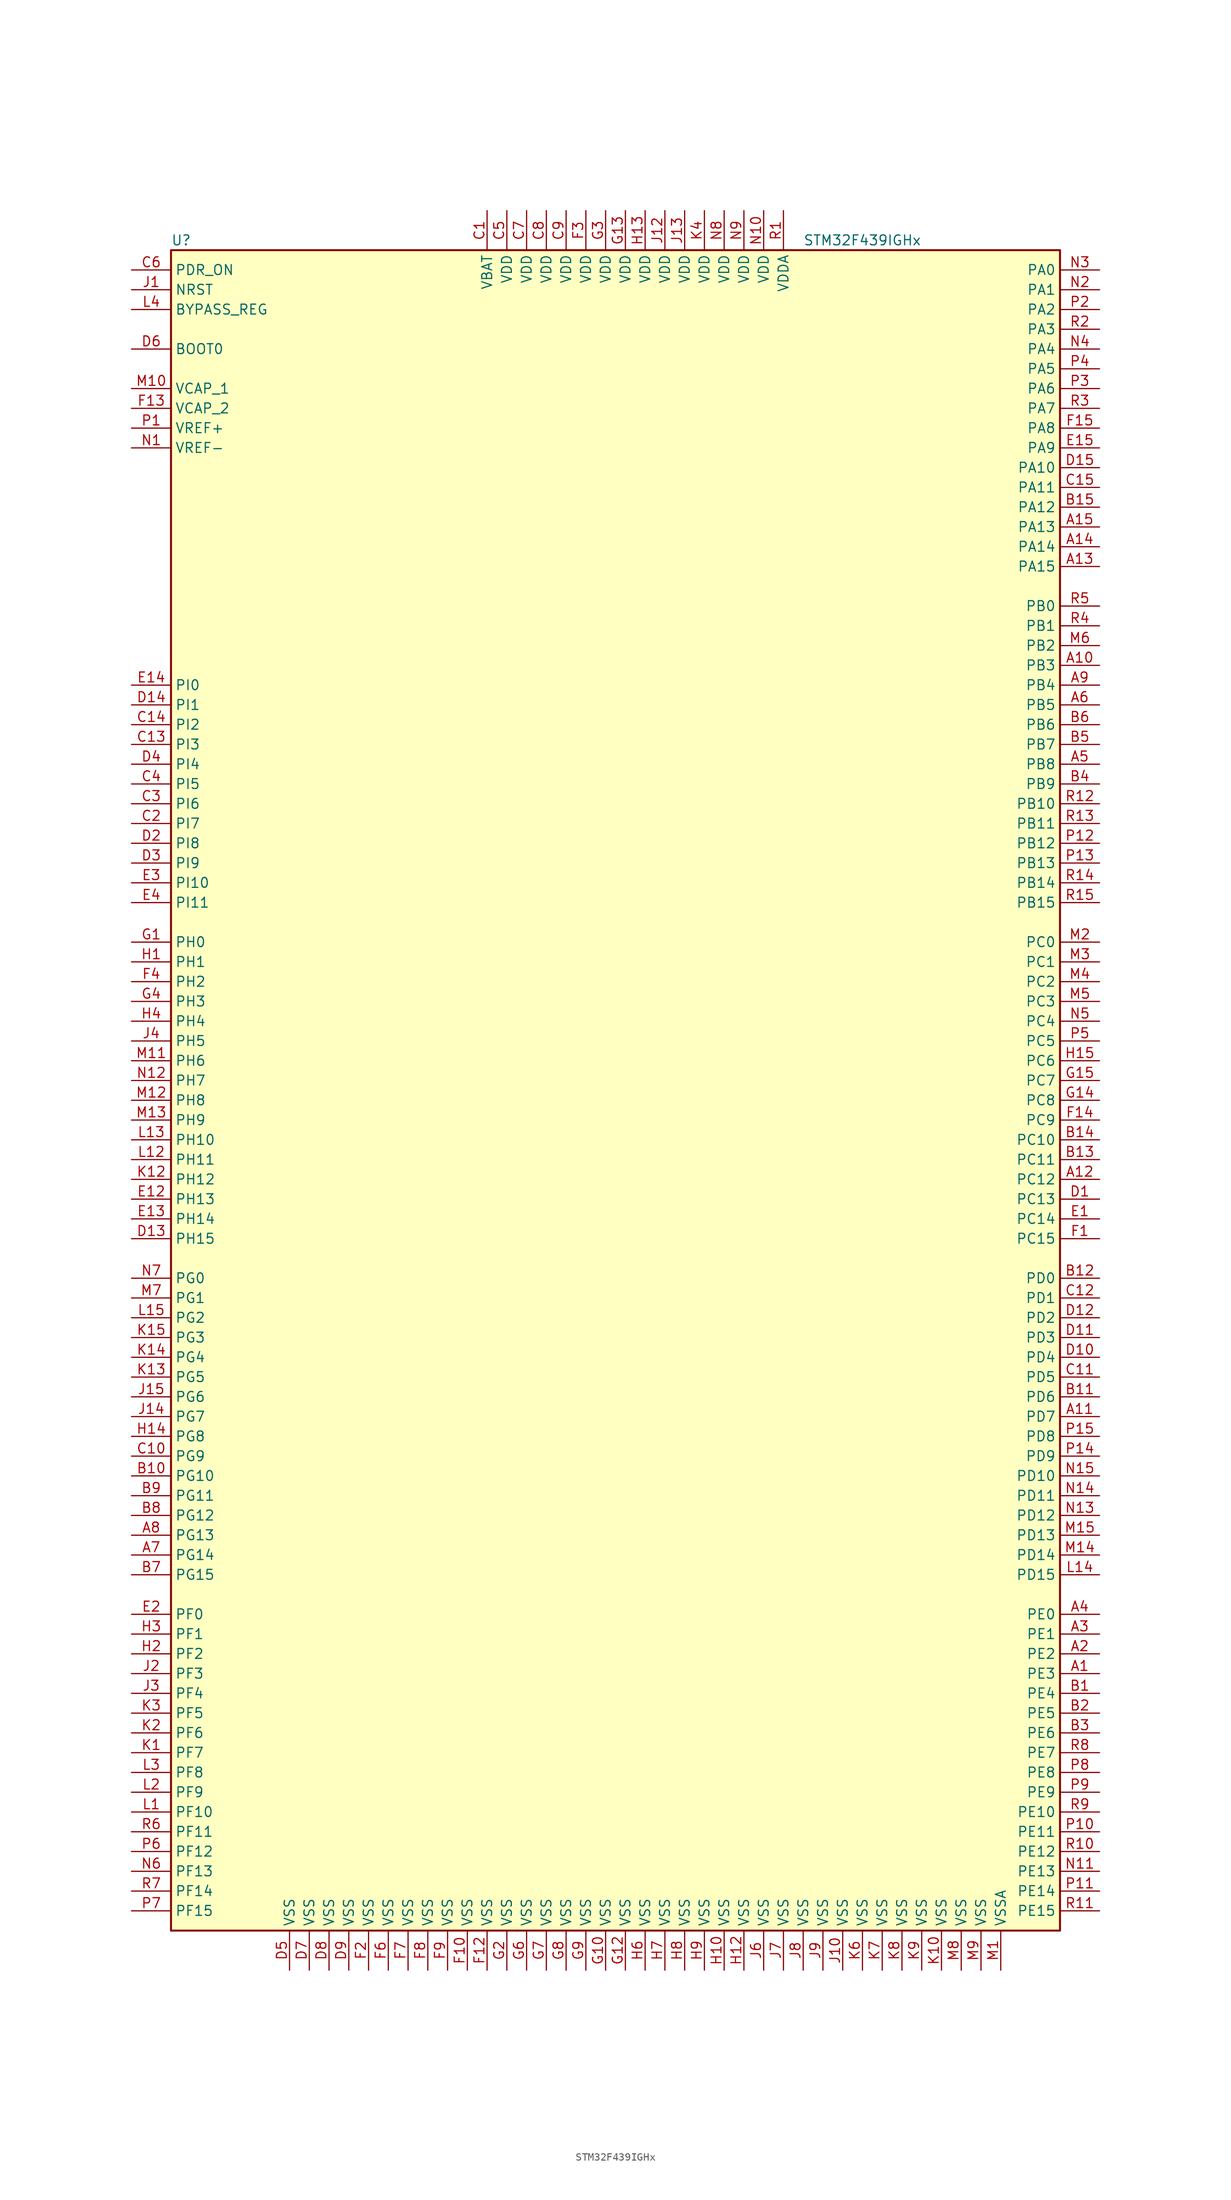
<source format=kicad_sym>
(kicad_symbol_lib
  (version 20201005)
  (generator kicad_symbol_editor)
  (symbol "STM32F439IGHx"
    (property "Reference" "U"
      (at -58.42 107.95 0)
      (effects (font (size 1.27 1.27)) (justify left)))
    (property "Value" "STM32F439IGHx"
      (at 22.86 107.95 0)
      (effects (font (size 1.27 1.27)) (justify left)))
    (symbol "STM32F439IGHx_0_1"
      (rectangle (start -58.42 -109.22) (end 55.88 106.68) (stroke (width 0.254)) (fill (type background))))
    (symbol "STM32F439IGHx_1_1"
      (pin input line (at -63.5 93.98 0) (length 5.08) (name "BOOT0" (effects (font (size 1.27 1.27)))) (number "D6" (effects (font (size 1.27 1.27)))))
      (pin input line (at -63.5 99.06 0) (length 5.08) (name "BYPASS_REG" (effects (font (size 1.27 1.27)))) (number "L4" (effects (font (size 1.27 1.27)))))
      (pin input line (at -63.5 101.6 0) (length 5.08) (name "NRST" (effects (font (size 1.27 1.27)))) (number "J1" (effects (font (size 1.27 1.27)))))
      (pin bidirectional line (at 60.96 104.14 180) (length 5.08) (name "PA0" (effects (font (size 1.27 1.27)))) (number "N3" (effects (font (size 1.27 1.27)))))
      (pin bidirectional line (at 60.96 101.6 180) (length 5.08) (name "PA1" (effects (font (size 1.27 1.27)))) (number "N2" (effects (font (size 1.27 1.27)))))
      (pin bidirectional line (at 60.96 78.74 180) (length 5.08) (name "PA10" (effects (font (size 1.27 1.27)))) (number "D15" (effects (font (size 1.27 1.27)))))
      (pin bidirectional line (at 60.96 76.2 180) (length 5.08) (name "PA11" (effects (font (size 1.27 1.27)))) (number "C15" (effects (font (size 1.27 1.27)))))
      (pin bidirectional line (at 60.96 73.66 180) (length 5.08) (name "PA12" (effects (font (size 1.27 1.27)))) (number "B15" (effects (font (size 1.27 1.27)))))
      (pin bidirectional line (at 60.96 71.12 180) (length 5.08) (name "PA13" (effects (font (size 1.27 1.27)))) (number "A15" (effects (font (size 1.27 1.27)))))
      (pin bidirectional line (at 60.96 68.58 180) (length 5.08) (name "PA14" (effects (font (size 1.27 1.27)))) (number "A14" (effects (font (size 1.27 1.27)))))
      (pin bidirectional line (at 60.96 66.04 180) (length 5.08) (name "PA15" (effects (font (size 1.27 1.27)))) (number "A13" (effects (font (size 1.27 1.27)))))
      (pin bidirectional line (at 60.96 99.06 180) (length 5.08) (name "PA2" (effects (font (size 1.27 1.27)))) (number "P2" (effects (font (size 1.27 1.27)))))
      (pin bidirectional line (at 60.96 96.52 180) (length 5.08) (name "PA3" (effects (font (size 1.27 1.27)))) (number "R2" (effects (font (size 1.27 1.27)))))
      (pin bidirectional line (at 60.96 93.98 180) (length 5.08) (name "PA4" (effects (font (size 1.27 1.27)))) (number "N4" (effects (font (size 1.27 1.27)))))
      (pin bidirectional line (at 60.96 91.44 180) (length 5.08) (name "PA5" (effects (font (size 1.27 1.27)))) (number "P4" (effects (font (size 1.27 1.27)))))
      (pin bidirectional line (at 60.96 88.9 180) (length 5.08) (name "PA6" (effects (font (size 1.27 1.27)))) (number "P3" (effects (font (size 1.27 1.27)))))
      (pin bidirectional line (at 60.96 86.36 180) (length 5.08) (name "PA7" (effects (font (size 1.27 1.27)))) (number "R3" (effects (font (size 1.27 1.27)))))
      (pin bidirectional line (at 60.96 83.82 180) (length 5.08) (name "PA8" (effects (font (size 1.27 1.27)))) (number "F15" (effects (font (size 1.27 1.27)))))
      (pin bidirectional line (at 60.96 81.28 180) (length 5.08) (name "PA9" (effects (font (size 1.27 1.27)))) (number "E15" (effects (font (size 1.27 1.27)))))
      (pin bidirectional line (at 60.96 60.96 180) (length 5.08) (name "PB0" (effects (font (size 1.27 1.27)))) (number "R5" (effects (font (size 1.27 1.27)))))
      (pin bidirectional line (at 60.96 58.42 180) (length 5.08) (name "PB1" (effects (font (size 1.27 1.27)))) (number "R4" (effects (font (size 1.27 1.27)))))
      (pin bidirectional line (at 60.96 35.56 180) (length 5.08) (name "PB10" (effects (font (size 1.27 1.27)))) (number "R12" (effects (font (size 1.27 1.27)))))
      (pin bidirectional line (at 60.96 33.02 180) (length 5.08) (name "PB11" (effects (font (size 1.27 1.27)))) (number "R13" (effects (font (size 1.27 1.27)))))
      (pin bidirectional line (at 60.96 30.48 180) (length 5.08) (name "PB12" (effects (font (size 1.27 1.27)))) (number "P12" (effects (font (size 1.27 1.27)))))
      (pin bidirectional line (at 60.96 27.94 180) (length 5.08) (name "PB13" (effects (font (size 1.27 1.27)))) (number "P13" (effects (font (size 1.27 1.27)))))
      (pin bidirectional line (at 60.96 25.4 180) (length 5.08) (name "PB14" (effects (font (size 1.27 1.27)))) (number "R14" (effects (font (size 1.27 1.27)))))
      (pin bidirectional line (at 60.96 22.86 180) (length 5.08) (name "PB15" (effects (font (size 1.27 1.27)))) (number "R15" (effects (font (size 1.27 1.27)))))
      (pin bidirectional line (at 60.96 55.88 180) (length 5.08) (name "PB2" (effects (font (size 1.27 1.27)))) (number "M6" (effects (font (size 1.27 1.27)))))
      (pin bidirectional line (at 60.96 53.34 180) (length 5.08) (name "PB3" (effects (font (size 1.27 1.27)))) (number "A10" (effects (font (size 1.27 1.27)))))
      (pin bidirectional line (at 60.96 50.8 180) (length 5.08) (name "PB4" (effects (font (size 1.27 1.27)))) (number "A9" (effects (font (size 1.27 1.27)))))
      (pin bidirectional line (at 60.96 48.26 180) (length 5.08) (name "PB5" (effects (font (size 1.27 1.27)))) (number "A6" (effects (font (size 1.27 1.27)))))
      (pin bidirectional line (at 60.96 45.72 180) (length 5.08) (name "PB6" (effects (font (size 1.27 1.27)))) (number "B6" (effects (font (size 1.27 1.27)))))
      (pin bidirectional line (at 60.96 43.18 180) (length 5.08) (name "PB7" (effects (font (size 1.27 1.27)))) (number "B5" (effects (font (size 1.27 1.27)))))
      (pin bidirectional line (at 60.96 40.64 180) (length 5.08) (name "PB8" (effects (font (size 1.27 1.27)))) (number "A5" (effects (font (size 1.27 1.27)))))
      (pin bidirectional line (at 60.96 38.1 180) (length 5.08) (name "PB9" (effects (font (size 1.27 1.27)))) (number "B4" (effects (font (size 1.27 1.27)))))
      (pin bidirectional line (at 60.96 17.78 180) (length 5.08) (name "PC0" (effects (font (size 1.27 1.27)))) (number "M2" (effects (font (size 1.27 1.27)))))
      (pin bidirectional line (at 60.96 15.24 180) (length 5.08) (name "PC1" (effects (font (size 1.27 1.27)))) (number "M3" (effects (font (size 1.27 1.27)))))
      (pin bidirectional line (at 60.96 -7.62 180) (length 5.08) (name "PC10" (effects (font (size 1.27 1.27)))) (number "B14" (effects (font (size 1.27 1.27)))))
      (pin bidirectional line (at 60.96 -10.16 180) (length 5.08) (name "PC11" (effects (font (size 1.27 1.27)))) (number "B13" (effects (font (size 1.27 1.27)))))
      (pin bidirectional line (at 60.96 -12.7 180) (length 5.08) (name "PC12" (effects (font (size 1.27 1.27)))) (number "A12" (effects (font (size 1.27 1.27)))))
      (pin bidirectional line (at 60.96 -15.24 180) (length 5.08) (name "PC13" (effects (font (size 1.27 1.27)))) (number "D1" (effects (font (size 1.27 1.27)))))
      (pin bidirectional line (at 60.96 -17.78 180) (length 5.08) (name "PC14" (effects (font (size 1.27 1.27)))) (number "E1" (effects (font (size 1.27 1.27)))))
      (pin bidirectional line (at 60.96 -20.32 180) (length 5.08) (name "PC15" (effects (font (size 1.27 1.27)))) (number "F1" (effects (font (size 1.27 1.27)))))
      (pin bidirectional line (at 60.96 12.7 180) (length 5.08) (name "PC2" (effects (font (size 1.27 1.27)))) (number "M4" (effects (font (size 1.27 1.27)))))
      (pin bidirectional line (at 60.96 10.16 180) (length 5.08) (name "PC3" (effects (font (size 1.27 1.27)))) (number "M5" (effects (font (size 1.27 1.27)))))
      (pin bidirectional line (at 60.96 7.62 180) (length 5.08) (name "PC4" (effects (font (size 1.27 1.27)))) (number "N5" (effects (font (size 1.27 1.27)))))
      (pin bidirectional line (at 60.96 5.08 180) (length 5.08) (name "PC5" (effects (font (size 1.27 1.27)))) (number "P5" (effects (font (size 1.27 1.27)))))
      (pin bidirectional line (at 60.96 2.54 180) (length 5.08) (name "PC6" (effects (font (size 1.27 1.27)))) (number "H15" (effects (font (size 1.27 1.27)))))
      (pin bidirectional line (at 60.96 0 180) (length 5.08) (name "PC7" (effects (font (size 1.27 1.27)))) (number "G15" (effects (font (size 1.27 1.27)))))
      (pin bidirectional line (at 60.96 -2.54 180) (length 5.08) (name "PC8" (effects (font (size 1.27 1.27)))) (number "G14" (effects (font (size 1.27 1.27)))))
      (pin bidirectional line (at 60.96 -5.08 180) (length 5.08) (name "PC9" (effects (font (size 1.27 1.27)))) (number "F14" (effects (font (size 1.27 1.27)))))
      (pin bidirectional line (at 60.96 -25.4 180) (length 5.08) (name "PD0" (effects (font (size 1.27 1.27)))) (number "B12" (effects (font (size 1.27 1.27)))))
      (pin bidirectional line (at 60.96 -27.94 180) (length 5.08) (name "PD1" (effects (font (size 1.27 1.27)))) (number "C12" (effects (font (size 1.27 1.27)))))
      (pin bidirectional line (at 60.96 -50.8 180) (length 5.08) (name "PD10" (effects (font (size 1.27 1.27)))) (number "N15" (effects (font (size 1.27 1.27)))))
      (pin bidirectional line (at 60.96 -53.34 180) (length 5.08) (name "PD11" (effects (font (size 1.27 1.27)))) (number "N14" (effects (font (size 1.27 1.27)))))
      (pin bidirectional line (at 60.96 -55.88 180) (length 5.08) (name "PD12" (effects (font (size 1.27 1.27)))) (number "N13" (effects (font (size 1.27 1.27)))))
      (pin bidirectional line (at 60.96 -58.42 180) (length 5.08) (name "PD13" (effects (font (size 1.27 1.27)))) (number "M15" (effects (font (size 1.27 1.27)))))
      (pin bidirectional line (at 60.96 -60.96 180) (length 5.08) (name "PD14" (effects (font (size 1.27 1.27)))) (number "M14" (effects (font (size 1.27 1.27)))))
      (pin bidirectional line (at 60.96 -63.5 180) (length 5.08) (name "PD15" (effects (font (size 1.27 1.27)))) (number "L14" (effects (font (size 1.27 1.27)))))
      (pin bidirectional line (at 60.96 -30.48 180) (length 5.08) (name "PD2" (effects (font (size 1.27 1.27)))) (number "D12" (effects (font (size 1.27 1.27)))))
      (pin bidirectional line (at 60.96 -33.02 180) (length 5.08) (name "PD3" (effects (font (size 1.27 1.27)))) (number "D11" (effects (font (size 1.27 1.27)))))
      (pin bidirectional line (at 60.96 -35.56 180) (length 5.08) (name "PD4" (effects (font (size 1.27 1.27)))) (number "D10" (effects (font (size 1.27 1.27)))))
      (pin bidirectional line (at 60.96 -38.1 180) (length 5.08) (name "PD5" (effects (font (size 1.27 1.27)))) (number "C11" (effects (font (size 1.27 1.27)))))
      (pin bidirectional line (at 60.96 -40.64 180) (length 5.08) (name "PD6" (effects (font (size 1.27 1.27)))) (number "B11" (effects (font (size 1.27 1.27)))))
      (pin bidirectional line (at 60.96 -43.18 180) (length 5.08) (name "PD7" (effects (font (size 1.27 1.27)))) (number "A11" (effects (font (size 1.27 1.27)))))
      (pin bidirectional line (at 60.96 -45.72 180) (length 5.08) (name "PD8" (effects (font (size 1.27 1.27)))) (number "P15" (effects (font (size 1.27 1.27)))))
      (pin bidirectional line (at 60.96 -48.26 180) (length 5.08) (name "PD9" (effects (font (size 1.27 1.27)))) (number "P14" (effects (font (size 1.27 1.27)))))
      (pin input line (at -63.5 104.14 0) (length 5.08) (name "PDR_ON" (effects (font (size 1.27 1.27)))) (number "C6" (effects (font (size 1.27 1.27)))))
      (pin bidirectional line (at 60.96 -68.58 180) (length 5.08) (name "PE0" (effects (font (size 1.27 1.27)))) (number "A4" (effects (font (size 1.27 1.27)))))
      (pin bidirectional line (at 60.96 -71.12 180) (length 5.08) (name "PE1" (effects (font (size 1.27 1.27)))) (number "A3" (effects (font (size 1.27 1.27)))))
      (pin bidirectional line (at 60.96 -93.98 180) (length 5.08) (name "PE10" (effects (font (size 1.27 1.27)))) (number "R9" (effects (font (size 1.27 1.27)))))
      (pin bidirectional line (at 60.96 -96.52 180) (length 5.08) (name "PE11" (effects (font (size 1.27 1.27)))) (number "P10" (effects (font (size 1.27 1.27)))))
      (pin bidirectional line (at 60.96 -99.06 180) (length 5.08) (name "PE12" (effects (font (size 1.27 1.27)))) (number "R10" (effects (font (size 1.27 1.27)))))
      (pin bidirectional line (at 60.96 -101.6 180) (length 5.08) (name "PE13" (effects (font (size 1.27 1.27)))) (number "N11" (effects (font (size 1.27 1.27)))))
      (pin bidirectional line (at 60.96 -104.14 180) (length 5.08) (name "PE14" (effects (font (size 1.27 1.27)))) (number "P11" (effects (font (size 1.27 1.27)))))
      (pin bidirectional line (at 60.96 -106.68 180) (length 5.08) (name "PE15" (effects (font (size 1.27 1.27)))) (number "R11" (effects (font (size 1.27 1.27)))))
      (pin bidirectional line (at 60.96 -73.66 180) (length 5.08) (name "PE2" (effects (font (size 1.27 1.27)))) (number "A2" (effects (font (size 1.27 1.27)))))
      (pin bidirectional line (at 60.96 -76.2 180) (length 5.08) (name "PE3" (effects (font (size 1.27 1.27)))) (number "A1" (effects (font (size 1.27 1.27)))))
      (pin bidirectional line (at 60.96 -78.74 180) (length 5.08) (name "PE4" (effects (font (size 1.27 1.27)))) (number "B1" (effects (font (size 1.27 1.27)))))
      (pin bidirectional line (at 60.96 -81.28 180) (length 5.08) (name "PE5" (effects (font (size 1.27 1.27)))) (number "B2" (effects (font (size 1.27 1.27)))))
      (pin bidirectional line (at 60.96 -83.82 180) (length 5.08) (name "PE6" (effects (font (size 1.27 1.27)))) (number "B3" (effects (font (size 1.27 1.27)))))
      (pin bidirectional line (at 60.96 -86.36 180) (length 5.08) (name "PE7" (effects (font (size 1.27 1.27)))) (number "R8" (effects (font (size 1.27 1.27)))))
      (pin bidirectional line (at 60.96 -88.9 180) (length 5.08) (name "PE8" (effects (font (size 1.27 1.27)))) (number "P8" (effects (font (size 1.27 1.27)))))
      (pin bidirectional line (at 60.96 -91.44 180) (length 5.08) (name "PE9" (effects (font (size 1.27 1.27)))) (number "P9" (effects (font (size 1.27 1.27)))))
      (pin bidirectional line (at -63.5 -68.58 0) (length 5.08) (name "PF0" (effects (font (size 1.27 1.27)))) (number "E2" (effects (font (size 1.27 1.27)))))
      (pin bidirectional line (at -63.5 -71.12 0) (length 5.08) (name "PF1" (effects (font (size 1.27 1.27)))) (number "H3" (effects (font (size 1.27 1.27)))))
      (pin bidirectional line (at -63.5 -93.98 0) (length 5.08) (name "PF10" (effects (font (size 1.27 1.27)))) (number "L1" (effects (font (size 1.27 1.27)))))
      (pin bidirectional line (at -63.5 -96.52 0) (length 5.08) (name "PF11" (effects (font (size 1.27 1.27)))) (number "R6" (effects (font (size 1.27 1.27)))))
      (pin bidirectional line (at -63.5 -99.06 0) (length 5.08) (name "PF12" (effects (font (size 1.27 1.27)))) (number "P6" (effects (font (size 1.27 1.27)))))
      (pin bidirectional line (at -63.5 -101.6 0) (length 5.08) (name "PF13" (effects (font (size 1.27 1.27)))) (number "N6" (effects (font (size 1.27 1.27)))))
      (pin bidirectional line (at -63.5 -104.14 0) (length 5.08) (name "PF14" (effects (font (size 1.27 1.27)))) (number "R7" (effects (font (size 1.27 1.27)))))
      (pin bidirectional line (at -63.5 -106.68 0) (length 5.08) (name "PF15" (effects (font (size 1.27 1.27)))) (number "P7" (effects (font (size 1.27 1.27)))))
      (pin bidirectional line (at -63.5 -73.66 0) (length 5.08) (name "PF2" (effects (font (size 1.27 1.27)))) (number "H2" (effects (font (size 1.27 1.27)))))
      (pin bidirectional line (at -63.5 -76.2 0) (length 5.08) (name "PF3" (effects (font (size 1.27 1.27)))) (number "J2" (effects (font (size 1.27 1.27)))))
      (pin bidirectional line (at -63.5 -78.74 0) (length 5.08) (name "PF4" (effects (font (size 1.27 1.27)))) (number "J3" (effects (font (size 1.27 1.27)))))
      (pin bidirectional line (at -63.5 -81.28 0) (length 5.08) (name "PF5" (effects (font (size 1.27 1.27)))) (number "K3" (effects (font (size 1.27 1.27)))))
      (pin bidirectional line (at -63.5 -83.82 0) (length 5.08) (name "PF6" (effects (font (size 1.27 1.27)))) (number "K2" (effects (font (size 1.27 1.27)))))
      (pin bidirectional line (at -63.5 -86.36 0) (length 5.08) (name "PF7" (effects (font (size 1.27 1.27)))) (number "K1" (effects (font (size 1.27 1.27)))))
      (pin bidirectional line (at -63.5 -88.9 0) (length 5.08) (name "PF8" (effects (font (size 1.27 1.27)))) (number "L3" (effects (font (size 1.27 1.27)))))
      (pin bidirectional line (at -63.5 -91.44 0) (length 5.08) (name "PF9" (effects (font (size 1.27 1.27)))) (number "L2" (effects (font (size 1.27 1.27)))))
      (pin bidirectional line (at -63.5 -25.4 0) (length 5.08) (name "PG0" (effects (font (size 1.27 1.27)))) (number "N7" (effects (font (size 1.27 1.27)))))
      (pin bidirectional line (at -63.5 -27.94 0) (length 5.08) (name "PG1" (effects (font (size 1.27 1.27)))) (number "M7" (effects (font (size 1.27 1.27)))))
      (pin bidirectional line (at -63.5 -50.8 0) (length 5.08) (name "PG10" (effects (font (size 1.27 1.27)))) (number "B10" (effects (font (size 1.27 1.27)))))
      (pin bidirectional line (at -63.5 -53.34 0) (length 5.08) (name "PG11" (effects (font (size 1.27 1.27)))) (number "B9" (effects (font (size 1.27 1.27)))))
      (pin bidirectional line (at -63.5 -55.88 0) (length 5.08) (name "PG12" (effects (font (size 1.27 1.27)))) (number "B8" (effects (font (size 1.27 1.27)))))
      (pin bidirectional line (at -63.5 -58.42 0) (length 5.08) (name "PG13" (effects (font (size 1.27 1.27)))) (number "A8" (effects (font (size 1.27 1.27)))))
      (pin bidirectional line (at -63.5 -60.96 0) (length 5.08) (name "PG14" (effects (font (size 1.27 1.27)))) (number "A7" (effects (font (size 1.27 1.27)))))
      (pin bidirectional line (at -63.5 -63.5 0) (length 5.08) (name "PG15" (effects (font (size 1.27 1.27)))) (number "B7" (effects (font (size 1.27 1.27)))))
      (pin bidirectional line (at -63.5 -30.48 0) (length 5.08) (name "PG2" (effects (font (size 1.27 1.27)))) (number "L15" (effects (font (size 1.27 1.27)))))
      (pin bidirectional line (at -63.5 -33.02 0) (length 5.08) (name "PG3" (effects (font (size 1.27 1.27)))) (number "K15" (effects (font (size 1.27 1.27)))))
      (pin bidirectional line (at -63.5 -35.56 0) (length 5.08) (name "PG4" (effects (font (size 1.27 1.27)))) (number "K14" (effects (font (size 1.27 1.27)))))
      (pin bidirectional line (at -63.5 -38.1 0) (length 5.08) (name "PG5" (effects (font (size 1.27 1.27)))) (number "K13" (effects (font (size 1.27 1.27)))))
      (pin bidirectional line (at -63.5 -40.64 0) (length 5.08) (name "PG6" (effects (font (size 1.27 1.27)))) (number "J15" (effects (font (size 1.27 1.27)))))
      (pin bidirectional line (at -63.5 -43.18 0) (length 5.08) (name "PG7" (effects (font (size 1.27 1.27)))) (number "J14" (effects (font (size 1.27 1.27)))))
      (pin bidirectional line (at -63.5 -45.72 0) (length 5.08) (name "PG8" (effects (font (size 1.27 1.27)))) (number "H14" (effects (font (size 1.27 1.27)))))
      (pin bidirectional line (at -63.5 -48.26 0) (length 5.08) (name "PG9" (effects (font (size 1.27 1.27)))) (number "C10" (effects (font (size 1.27 1.27)))))
      (pin input line (at -63.5 17.78 0) (length 5.08) (name "PH0" (effects (font (size 1.27 1.27)))) (number "G1" (effects (font (size 1.27 1.27)))))
      (pin input line (at -63.5 15.24 0) (length 5.08) (name "PH1" (effects (font (size 1.27 1.27)))) (number "H1" (effects (font (size 1.27 1.27)))))
      (pin bidirectional line (at -63.5 -7.62 0) (length 5.08) (name "PH10" (effects (font (size 1.27 1.27)))) (number "L13" (effects (font (size 1.27 1.27)))))
      (pin bidirectional line (at -63.5 -10.16 0) (length 5.08) (name "PH11" (effects (font (size 1.27 1.27)))) (number "L12" (effects (font (size 1.27 1.27)))))
      (pin bidirectional line (at -63.5 -12.7 0) (length 5.08) (name "PH12" (effects (font (size 1.27 1.27)))) (number "K12" (effects (font (size 1.27 1.27)))))
      (pin bidirectional line (at -63.5 -15.24 0) (length 5.08) (name "PH13" (effects (font (size 1.27 1.27)))) (number "E12" (effects (font (size 1.27 1.27)))))
      (pin bidirectional line (at -63.5 -17.78 0) (length 5.08) (name "PH14" (effects (font (size 1.27 1.27)))) (number "E13" (effects (font (size 1.27 1.27)))))
      (pin bidirectional line (at -63.5 -20.32 0) (length 5.08) (name "PH15" (effects (font (size 1.27 1.27)))) (number "D13" (effects (font (size 1.27 1.27)))))
      (pin bidirectional line (at -63.5 12.7 0) (length 5.08) (name "PH2" (effects (font (size 1.27 1.27)))) (number "F4" (effects (font (size 1.27 1.27)))))
      (pin bidirectional line (at -63.5 10.16 0) (length 5.08) (name "PH3" (effects (font (size 1.27 1.27)))) (number "G4" (effects (font (size 1.27 1.27)))))
      (pin bidirectional line (at -63.5 7.62 0) (length 5.08) (name "PH4" (effects (font (size 1.27 1.27)))) (number "H4" (effects (font (size 1.27 1.27)))))
      (pin bidirectional line (at -63.5 5.08 0) (length 5.08) (name "PH5" (effects (font (size 1.27 1.27)))) (number "J4" (effects (font (size 1.27 1.27)))))
      (pin bidirectional line (at -63.5 2.54 0) (length 5.08) (name "PH6" (effects (font (size 1.27 1.27)))) (number "M11" (effects (font (size 1.27 1.27)))))
      (pin bidirectional line (at -63.5 0 0) (length 5.08) (name "PH7" (effects (font (size 1.27 1.27)))) (number "N12" (effects (font (size 1.27 1.27)))))
      (pin bidirectional line (at -63.5 -2.54 0) (length 5.08) (name "PH8" (effects (font (size 1.27 1.27)))) (number "M12" (effects (font (size 1.27 1.27)))))
      (pin bidirectional line (at -63.5 -5.08 0) (length 5.08) (name "PH9" (effects (font (size 1.27 1.27)))) (number "M13" (effects (font (size 1.27 1.27)))))
      (pin bidirectional line (at -63.5 50.8 0) (length 5.08) (name "PI0" (effects (font (size 1.27 1.27)))) (number "E14" (effects (font (size 1.27 1.27)))))
      (pin bidirectional line (at -63.5 48.26 0) (length 5.08) (name "PI1" (effects (font (size 1.27 1.27)))) (number "D14" (effects (font (size 1.27 1.27)))))
      (pin bidirectional line (at -63.5 25.4 0) (length 5.08) (name "PI10" (effects (font (size 1.27 1.27)))) (number "E3" (effects (font (size 1.27 1.27)))))
      (pin bidirectional line (at -63.5 22.86 0) (length 5.08) (name "PI11" (effects (font (size 1.27 1.27)))) (number "E4" (effects (font (size 1.27 1.27)))))
      (pin bidirectional line (at -63.5 45.72 0) (length 5.08) (name "PI2" (effects (font (size 1.27 1.27)))) (number "C14" (effects (font (size 1.27 1.27)))))
      (pin bidirectional line (at -63.5 43.18 0) (length 5.08) (name "PI3" (effects (font (size 1.27 1.27)))) (number "C13" (effects (font (size 1.27 1.27)))))
      (pin bidirectional line (at -63.5 40.64 0) (length 5.08) (name "PI4" (effects (font (size 1.27 1.27)))) (number "D4" (effects (font (size 1.27 1.27)))))
      (pin bidirectional line (at -63.5 38.1 0) (length 5.08) (name "PI5" (effects (font (size 1.27 1.27)))) (number "C4" (effects (font (size 1.27 1.27)))))
      (pin bidirectional line (at -63.5 35.56 0) (length 5.08) (name "PI6" (effects (font (size 1.27 1.27)))) (number "C3" (effects (font (size 1.27 1.27)))))
      (pin bidirectional line (at -63.5 33.02 0) (length 5.08) (name "PI7" (effects (font (size 1.27 1.27)))) (number "C2" (effects (font (size 1.27 1.27)))))
      (pin bidirectional line (at -63.5 30.48 0) (length 5.08) (name "PI8" (effects (font (size 1.27 1.27)))) (number "D2" (effects (font (size 1.27 1.27)))))
      (pin bidirectional line (at -63.5 27.94 0) (length 5.08) (name "PI9" (effects (font (size 1.27 1.27)))) (number "D3" (effects (font (size 1.27 1.27)))))
      (pin power_in line (at -17.78 111.76 270) (length 5.08) (name "VBAT" (effects (font (size 1.27 1.27)))) (number "C1" (effects (font (size 1.27 1.27)))))
      (pin power_in line (at -63.5 88.9 0) (length 5.08) (name "VCAP_1" (effects (font (size 1.27 1.27)))) (number "M10" (effects (font (size 1.27 1.27)))))
      (pin power_in line (at -63.5 86.36 0) (length 5.08) (name "VCAP_2" (effects (font (size 1.27 1.27)))) (number "F13" (effects (font (size 1.27 1.27)))))
      (pin power_in line (at -15.24 111.76 270) (length 5.08) (name "VDD" (effects (font (size 1.27 1.27)))) (number "C5" (effects (font (size 1.27 1.27)))))
      (pin power_in line (at -12.7 111.76 270) (length 5.08) (name "VDD" (effects (font (size 1.27 1.27)))) (number "C7" (effects (font (size 1.27 1.27)))))
      (pin power_in line (at -10.16 111.76 270) (length 5.08) (name "VDD" (effects (font (size 1.27 1.27)))) (number "C8" (effects (font (size 1.27 1.27)))))
      (pin power_in line (at -7.62 111.76 270) (length 5.08) (name "VDD" (effects (font (size 1.27 1.27)))) (number "C9" (effects (font (size 1.27 1.27)))))
      (pin power_in line (at -5.08 111.76 270) (length 5.08) (name "VDD" (effects (font (size 1.27 1.27)))) (number "F3" (effects (font (size 1.27 1.27)))))
      (pin power_in line (at 0 111.76 270) (length 5.08) (name "VDD" (effects (font (size 1.27 1.27)))) (number "G13" (effects (font (size 1.27 1.27)))))
      (pin power_in line (at -2.54 111.76 270) (length 5.08) (name "VDD" (effects (font (size 1.27 1.27)))) (number "G3" (effects (font (size 1.27 1.27)))))
      (pin power_in line (at 2.54 111.76 270) (length 5.08) (name "VDD" (effects (font (size 1.27 1.27)))) (number "H13" (effects (font (size 1.27 1.27)))))
      (pin power_in line (at 5.08 111.76 270) (length 5.08) (name "VDD" (effects (font (size 1.27 1.27)))) (number "J12" (effects (font (size 1.27 1.27)))))
      (pin power_in line (at 7.62 111.76 270) (length 5.08) (name "VDD" (effects (font (size 1.27 1.27)))) (number "J13" (effects (font (size 1.27 1.27)))))
      (pin power_in line (at 10.16 111.76 270) (length 5.08) (name "VDD" (effects (font (size 1.27 1.27)))) (number "K4" (effects (font (size 1.27 1.27)))))
      (pin power_in line (at 17.78 111.76 270) (length 5.08) (name "VDD" (effects (font (size 1.27 1.27)))) (number "N10" (effects (font (size 1.27 1.27)))))
      (pin power_in line (at 12.7 111.76 270) (length 5.08) (name "VDD" (effects (font (size 1.27 1.27)))) (number "N8" (effects (font (size 1.27 1.27)))))
      (pin power_in line (at 15.24 111.76 270) (length 5.08) (name "VDD" (effects (font (size 1.27 1.27)))) (number "N9" (effects (font (size 1.27 1.27)))))
      (pin power_in line (at 20.32 111.76 270) (length 5.08) (name "VDDA" (effects (font (size 1.27 1.27)))) (number "R1" (effects (font (size 1.27 1.27)))))
      (pin power_in line (at -63.5 83.82 0) (length 5.08) (name "VREF+" (effects (font (size 1.27 1.27)))) (number "P1" (effects (font (size 1.27 1.27)))))
      (pin power_in line (at -63.5 81.28 0) (length 5.08) (name "VREF-" (effects (font (size 1.27 1.27)))) (number "N1" (effects (font (size 1.27 1.27)))))
      (pin power_in line (at -43.18 -114.3 90) (length 5.08) (name "VSS" (effects (font (size 1.27 1.27)))) (number "D5" (effects (font (size 1.27 1.27)))))
      (pin power_in line (at -40.64 -114.3 90) (length 5.08) (name "VSS" (effects (font (size 1.27 1.27)))) (number "D7" (effects (font (size 1.27 1.27)))))
      (pin power_in line (at -38.1 -114.3 90) (length 5.08) (name "VSS" (effects (font (size 1.27 1.27)))) (number "D8" (effects (font (size 1.27 1.27)))))
      (pin power_in line (at -35.56 -114.3 90) (length 5.08) (name "VSS" (effects (font (size 1.27 1.27)))) (number "D9" (effects (font (size 1.27 1.27)))))
      (pin power_in line (at -20.32 -114.3 90) (length 5.08) (name "VSS" (effects (font (size 1.27 1.27)))) (number "F10" (effects (font (size 1.27 1.27)))))
      (pin power_in line (at -17.78 -114.3 90) (length 5.08) (name "VSS" (effects (font (size 1.27 1.27)))) (number "F12" (effects (font (size 1.27 1.27)))))
      (pin power_in line (at -33.02 -114.3 90) (length 5.08) (name "VSS" (effects (font (size 1.27 1.27)))) (number "F2" (effects (font (size 1.27 1.27)))))
      (pin power_in line (at -30.48 -114.3 90) (length 5.08) (name "VSS" (effects (font (size 1.27 1.27)))) (number "F6" (effects (font (size 1.27 1.27)))))
      (pin power_in line (at -27.94 -114.3 90) (length 5.08) (name "VSS" (effects (font (size 1.27 1.27)))) (number "F7" (effects (font (size 1.27 1.27)))))
      (pin power_in line (at -25.4 -114.3 90) (length 5.08) (name "VSS" (effects (font (size 1.27 1.27)))) (number "F8" (effects (font (size 1.27 1.27)))))
      (pin power_in line (at -22.86 -114.3 90) (length 5.08) (name "VSS" (effects (font (size 1.27 1.27)))) (number "F9" (effects (font (size 1.27 1.27)))))
      (pin power_in line (at -2.54 -114.3 90) (length 5.08) (name "VSS" (effects (font (size 1.27 1.27)))) (number "G10" (effects (font (size 1.27 1.27)))))
      (pin power_in line (at 0 -114.3 90) (length 5.08) (name "VSS" (effects (font (size 1.27 1.27)))) (number "G12" (effects (font (size 1.27 1.27)))))
      (pin power_in line (at -15.24 -114.3 90) (length 5.08) (name "VSS" (effects (font (size 1.27 1.27)))) (number "G2" (effects (font (size 1.27 1.27)))))
      (pin power_in line (at -12.7 -114.3 90) (length 5.08) (name "VSS" (effects (font (size 1.27 1.27)))) (number "G6" (effects (font (size 1.27 1.27)))))
      (pin power_in line (at -10.16 -114.3 90) (length 5.08) (name "VSS" (effects (font (size 1.27 1.27)))) (number "G7" (effects (font (size 1.27 1.27)))))
      (pin power_in line (at -7.62 -114.3 90) (length 5.08) (name "VSS" (effects (font (size 1.27 1.27)))) (number "G8" (effects (font (size 1.27 1.27)))))
      (pin power_in line (at -5.08 -114.3 90) (length 5.08) (name "VSS" (effects (font (size 1.27 1.27)))) (number "G9" (effects (font (size 1.27 1.27)))))
      (pin power_in line (at 12.7 -114.3 90) (length 5.08) (name "VSS" (effects (font (size 1.27 1.27)))) (number "H10" (effects (font (size 1.27 1.27)))))
      (pin power_in line (at 15.24 -114.3 90) (length 5.08) (name "VSS" (effects (font (size 1.27 1.27)))) (number "H12" (effects (font (size 1.27 1.27)))))
      (pin power_in line (at 2.54 -114.3 90) (length 5.08) (name "VSS" (effects (font (size 1.27 1.27)))) (number "H6" (effects (font (size 1.27 1.27)))))
      (pin power_in line (at 5.08 -114.3 90) (length 5.08) (name "VSS" (effects (font (size 1.27 1.27)))) (number "H7" (effects (font (size 1.27 1.27)))))
      (pin power_in line (at 7.62 -114.3 90) (length 5.08) (name "VSS" (effects (font (size 1.27 1.27)))) (number "H8" (effects (font (size 1.27 1.27)))))
      (pin power_in line (at 10.16 -114.3 90) (length 5.08) (name "VSS" (effects (font (size 1.27 1.27)))) (number "H9" (effects (font (size 1.27 1.27)))))
      (pin power_in line (at 27.94 -114.3 90) (length 5.08) (name "VSS" (effects (font (size 1.27 1.27)))) (number "J10" (effects (font (size 1.27 1.27)))))
      (pin power_in line (at 17.78 -114.3 90) (length 5.08) (name "VSS" (effects (font (size 1.27 1.27)))) (number "J6" (effects (font (size 1.27 1.27)))))
      (pin power_in line (at 20.32 -114.3 90) (length 5.08) (name "VSS" (effects (font (size 1.27 1.27)))) (number "J7" (effects (font (size 1.27 1.27)))))
      (pin power_in line (at 22.86 -114.3 90) (length 5.08) (name "VSS" (effects (font (size 1.27 1.27)))) (number "J8" (effects (font (size 1.27 1.27)))))
      (pin power_in line (at 25.4 -114.3 90) (length 5.08) (name "VSS" (effects (font (size 1.27 1.27)))) (number "J9" (effects (font (size 1.27 1.27)))))
      (pin power_in line (at 40.64 -114.3 90) (length 5.08) (name "VSS" (effects (font (size 1.27 1.27)))) (number "K10" (effects (font (size 1.27 1.27)))))
      (pin power_in line (at 30.48 -114.3 90) (length 5.08) (name "VSS" (effects (font (size 1.27 1.27)))) (number "K6" (effects (font (size 1.27 1.27)))))
      (pin power_in line (at 33.02 -114.3 90) (length 5.08) (name "VSS" (effects (font (size 1.27 1.27)))) (number "K7" (effects (font (size 1.27 1.27)))))
      (pin power_in line (at 35.56 -114.3 90) (length 5.08) (name "VSS" (effects (font (size 1.27 1.27)))) (number "K8" (effects (font (size 1.27 1.27)))))
      (pin power_in line (at 38.1 -114.3 90) (length 5.08) (name "VSS" (effects (font (size 1.27 1.27)))) (number "K9" (effects (font (size 1.27 1.27)))))
      (pin power_in line (at 43.18 -114.3 90) (length 5.08) (name "VSS" (effects (font (size 1.27 1.27)))) (number "M8" (effects (font (size 1.27 1.27)))))
      (pin power_in line (at 45.72 -114.3 90) (length 5.08) (name "VSS" (effects (font (size 1.27 1.27)))) (number "M9" (effects (font (size 1.27 1.27)))))
      (pin power_in line (at 48.26 -114.3 90) (length 5.08) (name "VSSA" (effects (font (size 1.27 1.27)))) (number "M1" (effects (font (size 1.27 1.27))))))))
</source>
